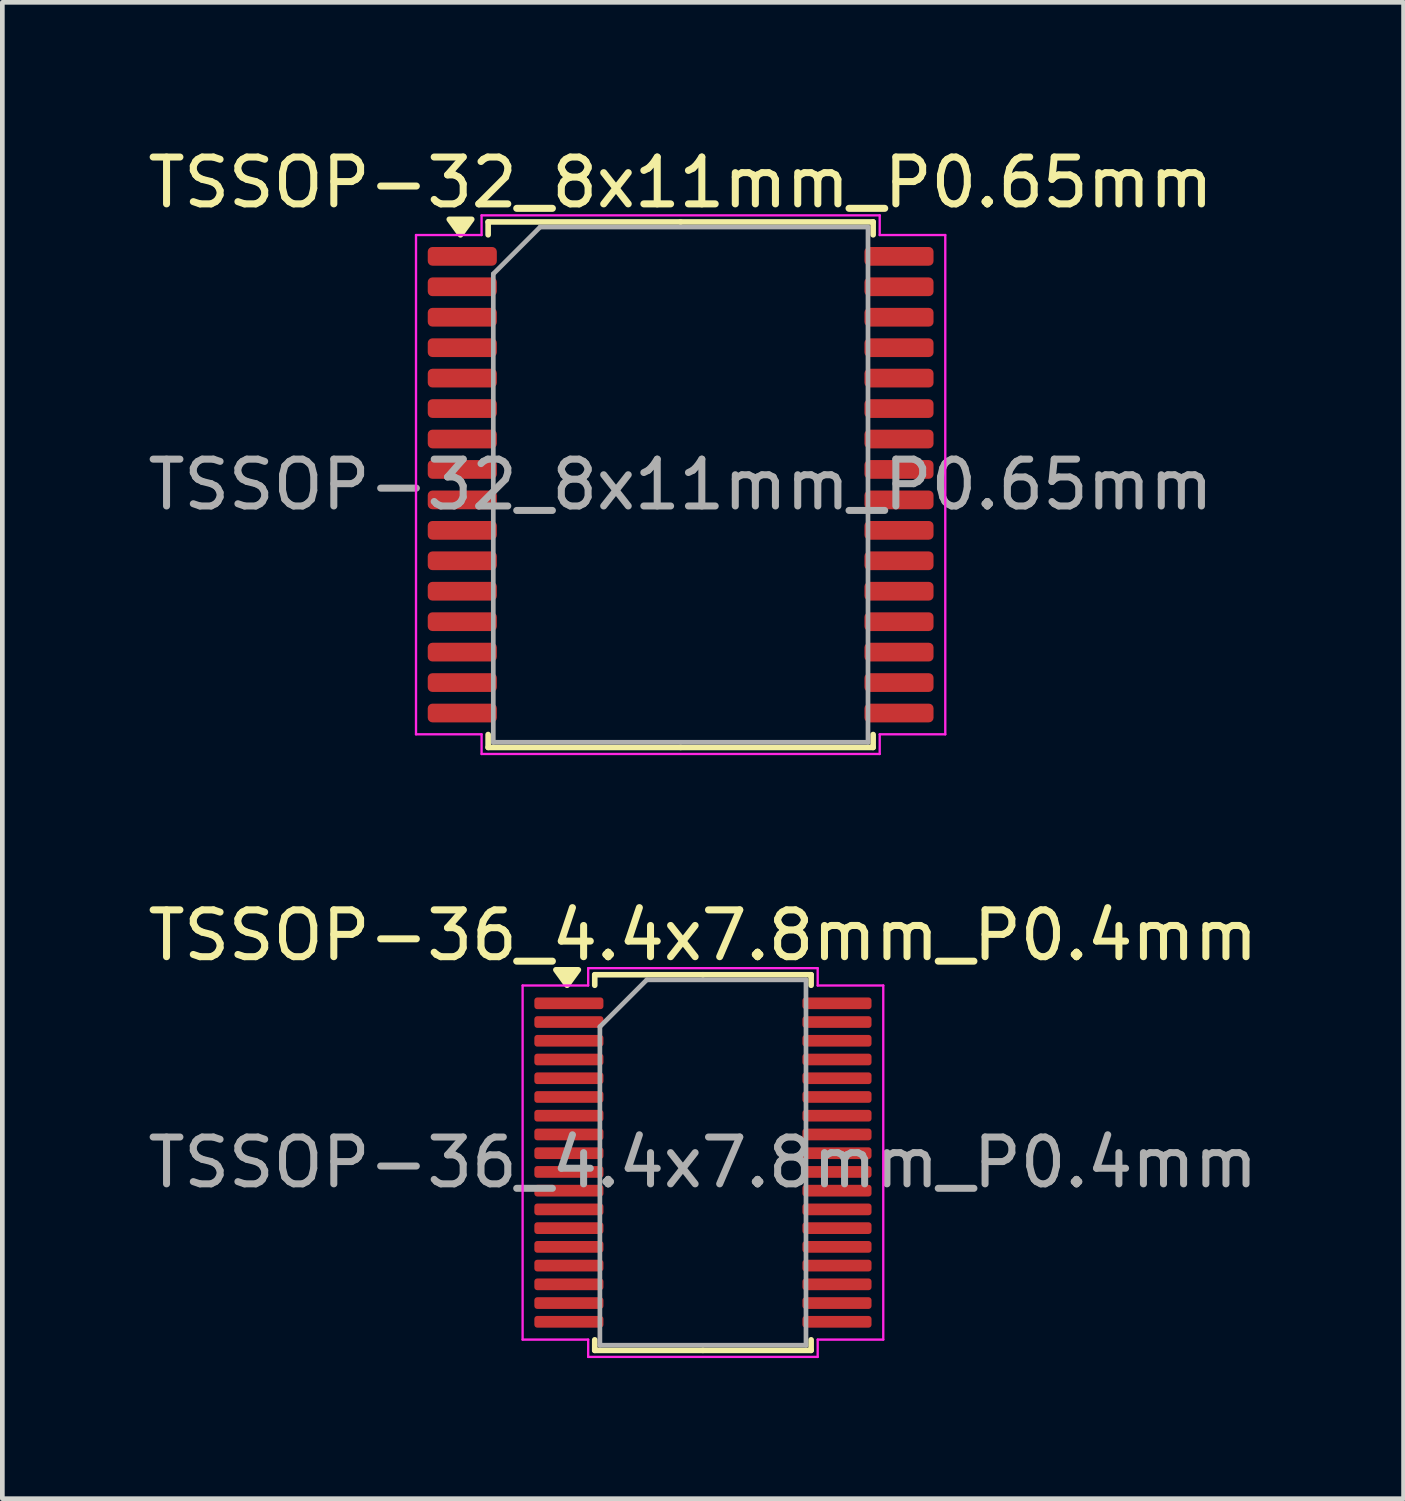
<source format=kicad_pcb>
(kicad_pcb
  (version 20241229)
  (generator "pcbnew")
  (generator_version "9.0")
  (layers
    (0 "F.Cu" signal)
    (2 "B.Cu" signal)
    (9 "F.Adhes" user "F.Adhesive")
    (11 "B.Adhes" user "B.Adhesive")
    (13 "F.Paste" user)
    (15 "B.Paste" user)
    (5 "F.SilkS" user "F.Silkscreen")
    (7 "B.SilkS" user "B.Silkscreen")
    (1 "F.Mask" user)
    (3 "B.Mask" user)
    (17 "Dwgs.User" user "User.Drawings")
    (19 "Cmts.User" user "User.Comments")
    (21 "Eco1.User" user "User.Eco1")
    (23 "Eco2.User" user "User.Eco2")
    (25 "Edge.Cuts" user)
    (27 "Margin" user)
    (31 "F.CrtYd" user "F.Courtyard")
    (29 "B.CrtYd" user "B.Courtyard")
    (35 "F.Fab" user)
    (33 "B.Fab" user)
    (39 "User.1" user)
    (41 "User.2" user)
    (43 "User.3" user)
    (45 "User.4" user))
  (footprint "TSSOP-36_4.4x7.8mm_P0.4mm"
    (layer "F.Cu")
    (at 11.958 21.771)
    (property "Reference" "TSSOP-36_4.4x7.8mm_P0.4mm" (at 0 -4.85 0) (layer "F.SilkS") (effects (font (size 1 1) (thickness 0.15))))
    (attr smd)
    (fp_line (start -2.31 -4.01) (end -2.31 -3.785) (stroke (width 0.12) (type solid)) (layer "F.SilkS"))
    (fp_line (start -2.31 4.01) (end -2.31 3.785) (stroke (width 0.12) (type solid)) (layer "F.SilkS"))
    (fp_line (start 0 -4.01) (end -2.31 -4.01) (stroke (width 0.12) (type solid)) (layer "F.SilkS"))
    (fp_line (start 0 -4.01) (end 2.31 -4.01) (stroke (width 0.12) (type solid)) (layer "F.SilkS"))
    (fp_line (start 0 4.01) (end -2.31 4.01) (stroke (width 0.12) (type solid)) (layer "F.SilkS"))
    (fp_line (start 0 4.01) (end 2.31 4.01) (stroke (width 0.12) (type solid)) (layer "F.SilkS"))
    (fp_line (start 2.31 -4.01) (end 2.31 -3.785) (stroke (width 0.12) (type solid)) (layer "F.SilkS"))
    (fp_line (start 2.31 4.01) (end 2.31 3.785) (stroke (width 0.12) (type solid)) (layer "F.SilkS"))
    (fp_poly (pts (xy -2.9 -3.785) (xy -3.14 -4.115) (xy -2.66 -4.115)) (stroke (width 0.12) (type solid)) (fill yes) (layer "F.SilkS"))
    (fp_line (start -3.85 -3.78) (end -2.45 -3.78) (stroke (width 0.05) (type solid)) (layer "F.CrtYd"))
    (fp_line (start -3.85 3.78) (end -3.85 -3.78) (stroke (width 0.05) (type solid)) (layer "F.CrtYd"))
    (fp_line (start -2.45 -4.15) (end 2.45 -4.15) (stroke (width 0.05) (type solid)) (layer "F.CrtYd"))
    (fp_line (start -2.45 -3.78) (end -2.45 -4.15) (stroke (width 0.05) (type solid)) (layer "F.CrtYd"))
    (fp_line (start -2.45 3.78) (end -3.85 3.78) (stroke (width 0.05) (type solid)) (layer "F.CrtYd"))
    (fp_line (start -2.45 4.15) (end -2.45 3.78) (stroke (width 0.05) (type solid)) (layer "F.CrtYd"))
    (fp_line (start 2.45 -4.15) (end 2.45 -3.78) (stroke (width 0.05) (type solid)) (layer "F.CrtYd"))
    (fp_line (start 2.45 -3.78) (end 3.85 -3.78) (stroke (width 0.05) (type solid)) (layer "F.CrtYd"))
    (fp_line (start 2.45 3.78) (end 2.45 4.15) (stroke (width 0.05) (type solid)) (layer "F.CrtYd"))
    (fp_line (start 2.45 4.15) (end -2.45 4.15) (stroke (width 0.05) (type solid)) (layer "F.CrtYd"))
    (fp_line (start 3.85 -3.78) (end 3.85 3.78) (stroke (width 0.05) (type solid)) (layer "F.CrtYd"))
    (fp_line (start 3.85 3.78) (end 2.45 3.78) (stroke (width 0.05) (type solid)) (layer "F.CrtYd"))
    (fp_line (start -2.2 -2.9) (end -1.2 -3.9) (stroke (width 0.1) (type solid)) (layer "F.Fab"))
    (fp_line (start -2.2 3.9) (end -2.2 -2.9) (stroke (width 0.1) (type solid)) (layer "F.Fab"))
    (fp_line (start -1.2 -3.9) (end 2.2 -3.9) (stroke (width 0.1) (type solid)) (layer "F.Fab"))
    (fp_line (start 2.2 -3.9) (end 2.2 3.9) (stroke (width 0.1) (type solid)) (layer "F.Fab"))
    (fp_line (start 2.2 3.9) (end -2.2 3.9) (stroke (width 0.1) (type solid)) (layer "F.Fab"))
    (fp_text user "${REFERENCE}" (at 0 0 0) (layer "F.Fab") (effects (font (size 1 1) (thickness 0.15))))
    (pad "1" smd roundrect (at -2.862 -3.4) (size 1.475 0.25) (layers "F.Cu" "F.Mask" "F.Paste") (roundrect_rratio 0.25))
    (pad "2" smd roundrect (at -2.862 -3) (size 1.475 0.25) (layers "F.Cu" "F.Mask" "F.Paste") (roundrect_rratio 0.25))
    (pad "3" smd roundrect (at -2.862 -2.6) (size 1.475 0.25) (layers "F.Cu" "F.Mask" "F.Paste") (roundrect_rratio 0.25))
    (pad "4" smd roundrect (at -2.862 -2.2) (size 1.475 0.25) (layers "F.Cu" "F.Mask" "F.Paste") (roundrect_rratio 0.25))
    (pad "5" smd roundrect (at -2.862 -1.8) (size 1.475 0.25) (layers "F.Cu" "F.Mask" "F.Paste") (roundrect_rratio 0.25))
    (pad "6" smd roundrect (at -2.862 -1.4) (size 1.475 0.25) (layers "F.Cu" "F.Mask" "F.Paste") (roundrect_rratio 0.25))
    (pad "7" smd roundrect (at -2.862 -1) (size 1.475 0.25) (layers "F.Cu" "F.Mask" "F.Paste") (roundrect_rratio 0.25))
    (pad "8" smd roundrect (at -2.862 -0.6) (size 1.475 0.25) (layers "F.Cu" "F.Mask" "F.Paste") (roundrect_rratio 0.25))
    (pad "9" smd roundrect (at -2.862 -0.2) (size 1.475 0.25) (layers "F.Cu" "F.Mask" "F.Paste") (roundrect_rratio 0.25))
    (pad "10" smd roundrect (at -2.862 0.2) (size 1.475 0.25) (layers "F.Cu" "F.Mask" "F.Paste") (roundrect_rratio 0.25))
    (pad "11" smd roundrect (at -2.862 0.6) (size 1.475 0.25) (layers "F.Cu" "F.Mask" "F.Paste") (roundrect_rratio 0.25))
    (pad "12" smd roundrect (at -2.862 1) (size 1.475 0.25) (layers "F.Cu" "F.Mask" "F.Paste") (roundrect_rratio 0.25))
    (pad "13" smd roundrect (at -2.862 1.4) (size 1.475 0.25) (layers "F.Cu" "F.Mask" "F.Paste") (roundrect_rratio 0.25))
    (pad "14" smd roundrect (at -2.862 1.8) (size 1.475 0.25) (layers "F.Cu" "F.Mask" "F.Paste") (roundrect_rratio 0.25))
    (pad "15" smd roundrect (at -2.862 2.2) (size 1.475 0.25) (layers "F.Cu" "F.Mask" "F.Paste") (roundrect_rratio 0.25))
    (pad "16" smd roundrect (at -2.862 2.6) (size 1.475 0.25) (layers "F.Cu" "F.Mask" "F.Paste") (roundrect_rratio 0.25))
    (pad "17" smd roundrect (at -2.862 3) (size 1.475 0.25) (layers "F.Cu" "F.Mask" "F.Paste") (roundrect_rratio 0.25))
    (pad "18" smd roundrect (at -2.862 3.4) (size 1.475 0.25) (layers "F.Cu" "F.Mask" "F.Paste") (roundrect_rratio 0.25))
    (pad "19" smd roundrect (at 2.862 3.4) (size 1.475 0.25) (layers "F.Cu" "F.Mask" "F.Paste") (roundrect_rratio 0.25))
    (pad "20" smd roundrect (at 2.862 3) (size 1.475 0.25) (layers "F.Cu" "F.Mask" "F.Paste") (roundrect_rratio 0.25))
    (pad "21" smd roundrect (at 2.862 2.6) (size 1.475 0.25) (layers "F.Cu" "F.Mask" "F.Paste") (roundrect_rratio 0.25))
    (pad "22" smd roundrect (at 2.862 2.2) (size 1.475 0.25) (layers "F.Cu" "F.Mask" "F.Paste") (roundrect_rratio 0.25))
    (pad "23" smd roundrect (at 2.862 1.8) (size 1.475 0.25) (layers "F.Cu" "F.Mask" "F.Paste") (roundrect_rratio 0.25))
    (pad "24" smd roundrect (at 2.862 1.4) (size 1.475 0.25) (layers "F.Cu" "F.Mask" "F.Paste") (roundrect_rratio 0.25))
    (pad "25" smd roundrect (at 2.862 1) (size 1.475 0.25) (layers "F.Cu" "F.Mask" "F.Paste") (roundrect_rratio 0.25))
    (pad "26" smd roundrect (at 2.862 0.6) (size 1.475 0.25) (layers "F.Cu" "F.Mask" "F.Paste") (roundrect_rratio 0.25))
    (pad "27" smd roundrect (at 2.862 0.2) (size 1.475 0.25) (layers "F.Cu" "F.Mask" "F.Paste") (roundrect_rratio 0.25))
    (pad "28" smd roundrect (at 2.862 -0.2) (size 1.475 0.25) (layers "F.Cu" "F.Mask" "F.Paste") (roundrect_rratio 0.25))
    (pad "29" smd roundrect (at 2.862 -0.6) (size 1.475 0.25) (layers "F.Cu" "F.Mask" "F.Paste") (roundrect_rratio 0.25))
    (pad "30" smd roundrect (at 2.862 -1) (size 1.475 0.25) (layers "F.Cu" "F.Mask" "F.Paste") (roundrect_rratio 0.25))
    (pad "31" smd roundrect (at 2.862 -1.4) (size 1.475 0.25) (layers "F.Cu" "F.Mask" "F.Paste") (roundrect_rratio 0.25))
    (pad "32" smd roundrect (at 2.862 -1.8) (size 1.475 0.25) (layers "F.Cu" "F.Mask" "F.Paste") (roundrect_rratio 0.25))
    (pad "33" smd roundrect (at 2.862 -2.2) (size 1.475 0.25) (layers "F.Cu" "F.Mask" "F.Paste") (roundrect_rratio 0.25))
    (pad "34" smd roundrect (at 2.862 -2.6) (size 1.475 0.25) (layers "F.Cu" "F.Mask" "F.Paste") (roundrect_rratio 0.25))
    (pad "35" smd roundrect (at 2.862 -3) (size 1.475 0.25) (layers "F.Cu" "F.Mask" "F.Paste") (roundrect_rratio 0.25))
    (pad "36" smd roundrect (at 2.862 -3.4) (size 1.475 0.25) (layers "F.Cu" "F.Mask" "F.Paste") (roundrect_rratio 0.25)))
  (footprint "TSSOP-32_8x11mm_P0.65mm"
    (layer "F.Cu")
    (at 11.482 7.298)
    (property "Reference" "TSSOP-32_8x11mm_P0.65mm" (at 0 -6.45 0) (layer "F.SilkS") (effects (font (size 1 1) (thickness 0.15))))
    (attr smd)
    (fp_line (start -4.11 -5.61) (end -4.11 -5.335) (stroke (width 0.12) (type solid)) (layer "F.SilkS"))
    (fp_line (start -4.11 5.61) (end -4.11 5.335) (stroke (width 0.12) (type solid)) (layer "F.SilkS"))
    (fp_line (start 0 -5.61) (end -4.11 -5.61) (stroke (width 0.12) (type solid)) (layer "F.SilkS"))
    (fp_line (start 0 -5.61) (end 4.11 -5.61) (stroke (width 0.12) (type solid)) (layer "F.SilkS"))
    (fp_line (start 0 5.61) (end -4.11 5.61) (stroke (width 0.12) (type solid)) (layer "F.SilkS"))
    (fp_line (start 0 5.61) (end 4.11 5.61) (stroke (width 0.12) (type solid)) (layer "F.SilkS"))
    (fp_line (start 4.11 -5.61) (end 4.11 -5.335) (stroke (width 0.12) (type solid)) (layer "F.SilkS"))
    (fp_line (start 4.11 5.61) (end 4.11 5.335) (stroke (width 0.12) (type solid)) (layer "F.SilkS"))
    (fp_poly (pts (xy -4.7 -5.335) (xy -4.94 -5.665) (xy -4.46 -5.665)) (stroke (width 0.12) (type solid)) (fill yes) (layer "F.SilkS"))
    (fp_line (start -5.65 -5.33) (end -4.25 -5.33) (stroke (width 0.05) (type solid)) (layer "F.CrtYd"))
    (fp_line (start -5.65 5.33) (end -5.65 -5.33) (stroke (width 0.05) (type solid)) (layer "F.CrtYd"))
    (fp_line (start -4.25 -5.75) (end 4.25 -5.75) (stroke (width 0.05) (type solid)) (layer "F.CrtYd"))
    (fp_line (start -4.25 -5.33) (end -4.25 -5.75) (stroke (width 0.05) (type solid)) (layer "F.CrtYd"))
    (fp_line (start -4.25 5.33) (end -5.65 5.33) (stroke (width 0.05) (type solid)) (layer "F.CrtYd"))
    (fp_line (start -4.25 5.75) (end -4.25 5.33) (stroke (width 0.05) (type solid)) (layer "F.CrtYd"))
    (fp_line (start 4.25 -5.75) (end 4.25 -5.33) (stroke (width 0.05) (type solid)) (layer "F.CrtYd"))
    (fp_line (start 4.25 -5.33) (end 5.65 -5.33) (stroke (width 0.05) (type solid)) (layer "F.CrtYd"))
    (fp_line (start 4.25 5.33) (end 4.25 5.75) (stroke (width 0.05) (type solid)) (layer "F.CrtYd"))
    (fp_line (start 4.25 5.75) (end -4.25 5.75) (stroke (width 0.05) (type solid)) (layer "F.CrtYd"))
    (fp_line (start 5.65 -5.33) (end 5.65 5.33) (stroke (width 0.05) (type solid)) (layer "F.CrtYd"))
    (fp_line (start 5.65 5.33) (end 4.25 5.33) (stroke (width 0.05) (type solid)) (layer "F.CrtYd"))
    (fp_line (start -4 -4.5) (end -3 -5.5) (stroke (width 0.1) (type solid)) (layer "F.Fab"))
    (fp_line (start -4 5.5) (end -4 -4.5) (stroke (width 0.1) (type solid)) (layer "F.Fab"))
    (fp_line (start -3 -5.5) (end 4 -5.5) (stroke (width 0.1) (type solid)) (layer "F.Fab"))
    (fp_line (start 4 -5.5) (end 4 5.5) (stroke (width 0.1) (type solid)) (layer "F.Fab"))
    (fp_line (start 4 5.5) (end -4 5.5) (stroke (width 0.1) (type solid)) (layer "F.Fab"))
    (fp_text user "${REFERENCE}" (at 0 0 0) (layer "F.Fab") (effects (font (size 1 1) (thickness 0.15))))
    (pad "1" smd roundrect (at -4.662 -4.875) (size 1.475 0.4) (layers "F.Cu" "F.Mask" "F.Paste") (roundrect_rratio 0.25))
    (pad "2" smd roundrect (at -4.662 -4.225) (size 1.475 0.4) (layers "F.Cu" "F.Mask" "F.Paste") (roundrect_rratio 0.25))
    (pad "3" smd roundrect (at -4.662 -3.575) (size 1.475 0.4) (layers "F.Cu" "F.Mask" "F.Paste") (roundrect_rratio 0.25))
    (pad "4" smd roundrect (at -4.662 -2.925) (size 1.475 0.4) (layers "F.Cu" "F.Mask" "F.Paste") (roundrect_rratio 0.25))
    (pad "5" smd roundrect (at -4.662 -2.275) (size 1.475 0.4) (layers "F.Cu" "F.Mask" "F.Paste") (roundrect_rratio 0.25))
    (pad "6" smd roundrect (at -4.662 -1.625) (size 1.475 0.4) (layers "F.Cu" "F.Mask" "F.Paste") (roundrect_rratio 0.25))
    (pad "7" smd roundrect (at -4.662 -0.975) (size 1.475 0.4) (layers "F.Cu" "F.Mask" "F.Paste") (roundrect_rratio 0.25))
    (pad "8" smd roundrect (at -4.662 -0.325) (size 1.475 0.4) (layers "F.Cu" "F.Mask" "F.Paste") (roundrect_rratio 0.25))
    (pad "9" smd roundrect (at -4.662 0.325) (size 1.475 0.4) (layers "F.Cu" "F.Mask" "F.Paste") (roundrect_rratio 0.25))
    (pad "10" smd roundrect (at -4.662 0.975) (size 1.475 0.4) (layers "F.Cu" "F.Mask" "F.Paste") (roundrect_rratio 0.25))
    (pad "11" smd roundrect (at -4.662 1.625) (size 1.475 0.4) (layers "F.Cu" "F.Mask" "F.Paste") (roundrect_rratio 0.25))
    (pad "12" smd roundrect (at -4.662 2.275) (size 1.475 0.4) (layers "F.Cu" "F.Mask" "F.Paste") (roundrect_rratio 0.25))
    (pad "13" smd roundrect (at -4.662 2.925) (size 1.475 0.4) (layers "F.Cu" "F.Mask" "F.Paste") (roundrect_rratio 0.25))
    (pad "14" smd roundrect (at -4.662 3.575) (size 1.475 0.4) (layers "F.Cu" "F.Mask" "F.Paste") (roundrect_rratio 0.25))
    (pad "15" smd roundrect (at -4.662 4.225) (size 1.475 0.4) (layers "F.Cu" "F.Mask" "F.Paste") (roundrect_rratio 0.25))
    (pad "16" smd roundrect (at -4.662 4.875) (size 1.475 0.4) (layers "F.Cu" "F.Mask" "F.Paste") (roundrect_rratio 0.25))
    (pad "17" smd roundrect (at 4.662 4.875) (size 1.475 0.4) (layers "F.Cu" "F.Mask" "F.Paste") (roundrect_rratio 0.25))
    (pad "18" smd roundrect (at 4.662 4.225) (size 1.475 0.4) (layers "F.Cu" "F.Mask" "F.Paste") (roundrect_rratio 0.25))
    (pad "19" smd roundrect (at 4.662 3.575) (size 1.475 0.4) (layers "F.Cu" "F.Mask" "F.Paste") (roundrect_rratio 0.25))
    (pad "20" smd roundrect (at 4.662 2.925) (size 1.475 0.4) (layers "F.Cu" "F.Mask" "F.Paste") (roundrect_rratio 0.25))
    (pad "21" smd roundrect (at 4.662 2.275) (size 1.475 0.4) (layers "F.Cu" "F.Mask" "F.Paste") (roundrect_rratio 0.25))
    (pad "22" smd roundrect (at 4.662 1.625) (size 1.475 0.4) (layers "F.Cu" "F.Mask" "F.Paste") (roundrect_rratio 0.25))
    (pad "23" smd roundrect (at 4.662 0.975) (size 1.475 0.4) (layers "F.Cu" "F.Mask" "F.Paste") (roundrect_rratio 0.25))
    (pad "24" smd roundrect (at 4.662 0.325) (size 1.475 0.4) (layers "F.Cu" "F.Mask" "F.Paste") (roundrect_rratio 0.25))
    (pad "25" smd roundrect (at 4.662 -0.325) (size 1.475 0.4) (layers "F.Cu" "F.Mask" "F.Paste") (roundrect_rratio 0.25))
    (pad "26" smd roundrect (at 4.662 -0.975) (size 1.475 0.4) (layers "F.Cu" "F.Mask" "F.Paste") (roundrect_rratio 0.25))
    (pad "27" smd roundrect (at 4.662 -1.625) (size 1.475 0.4) (layers "F.Cu" "F.Mask" "F.Paste") (roundrect_rratio 0.25))
    (pad "28" smd roundrect (at 4.662 -2.275) (size 1.475 0.4) (layers "F.Cu" "F.Mask" "F.Paste") (roundrect_rratio 0.25))
    (pad "29" smd roundrect (at 4.662 -2.925) (size 1.475 0.4) (layers "F.Cu" "F.Mask" "F.Paste") (roundrect_rratio 0.25))
    (pad "30" smd roundrect (at 4.662 -3.575) (size 1.475 0.4) (layers "F.Cu" "F.Mask" "F.Paste") (roundrect_rratio 0.25))
    (pad "31" smd roundrect (at 4.662 -4.225) (size 1.475 0.4) (layers "F.Cu" "F.Mask" "F.Paste") (roundrect_rratio 0.25))
    (pad "32" smd roundrect (at 4.662 -4.875) (size 1.475 0.4) (layers "F.Cu" "F.Mask" "F.Paste") (roundrect_rratio 0.25)))
  (gr_rect
    (start -3 -3)
    (end 26.917 28.947)
    (stroke (width 0.1) (type default))
    (fill no)
    (layer "Edge.Cuts")))
</source>
